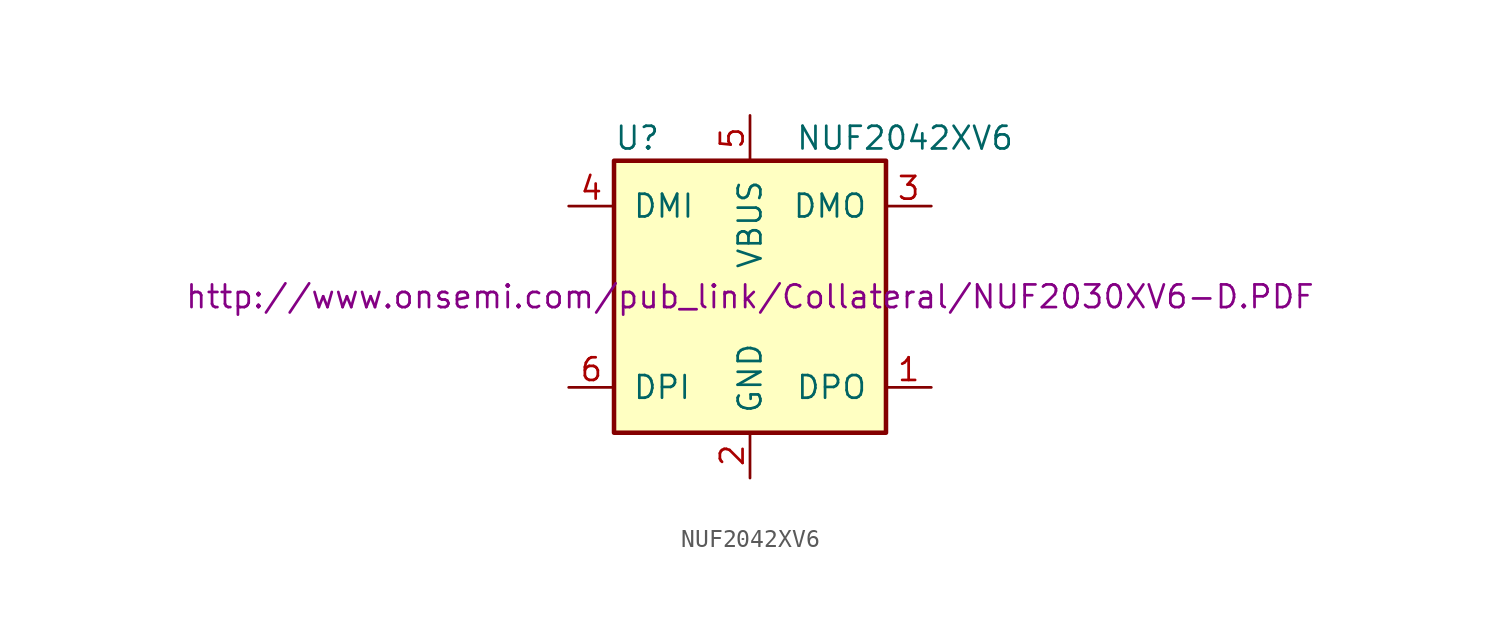
<source format=kicad_sym>
(kicad_symbol_lib
  (version 20220914)
  (generator kicad_symbol_editor)
  (symbol "NUF2042XV6"
    (pin_names
      (offset 1.016))
    (property "Reference" "U"
      (at -7.62 8.89 0)
      (effects (font (size 1.27 1.27)) (justify left)))
    (property "Value" "NUF2042XV6"
      (at 2.54 8.89 0)
      (effects (font (size 1.27 1.27)) (justify left)))
    (property "Datasheet" "http://www.onsemi.com/pub_link/Collateral/NUF2030XV6-D.PDF"
      (at 0 0 0)
      (effects (font (size 1.27 1.27))))
    (symbol "NUF2042XV6_0_1"
      (rectangle (start -7.62 7.62) (end 7.62 -7.62) (stroke (width 0.254) (type solid)) (fill (type background))))
    (symbol "NUF2042XV6_1_1"
      (pin output line (at 10.16 -5.08 180) (length 2.54) (name "DPO" (effects (font (size 1.27 1.27)))) (number "1" (effects (font (size 1.27 1.27)))))
      (pin power_in line (at 0 -10.16 90) (length 2.54) (name "GND" (effects (font (size 1.27 1.27)))) (number "2" (effects (font (size 1.27 1.27)))))
      (pin output line (at 10.16 5.08 180) (length 2.54) (name "DMO" (effects (font (size 1.27 1.27)))) (number "3" (effects (font (size 1.27 1.27)))))
      (pin input line (at -10.16 5.08 0) (length 2.54) (name "DMI" (effects (font (size 1.27 1.27)))) (number "4" (effects (font (size 1.27 1.27)))))
      (pin power_in line (at 0 10.16 270) (length 2.54) (name "VBUS" (effects (font (size 1.27 1.27)))) (number "5" (effects (font (size 1.27 1.27)))))
      (pin input line (at -10.16 -5.08 0) (length 2.54) (name "DPI" (effects (font (size 1.27 1.27)))) (number "6" (effects (font (size 1.27 1.27))))))))
</source>
